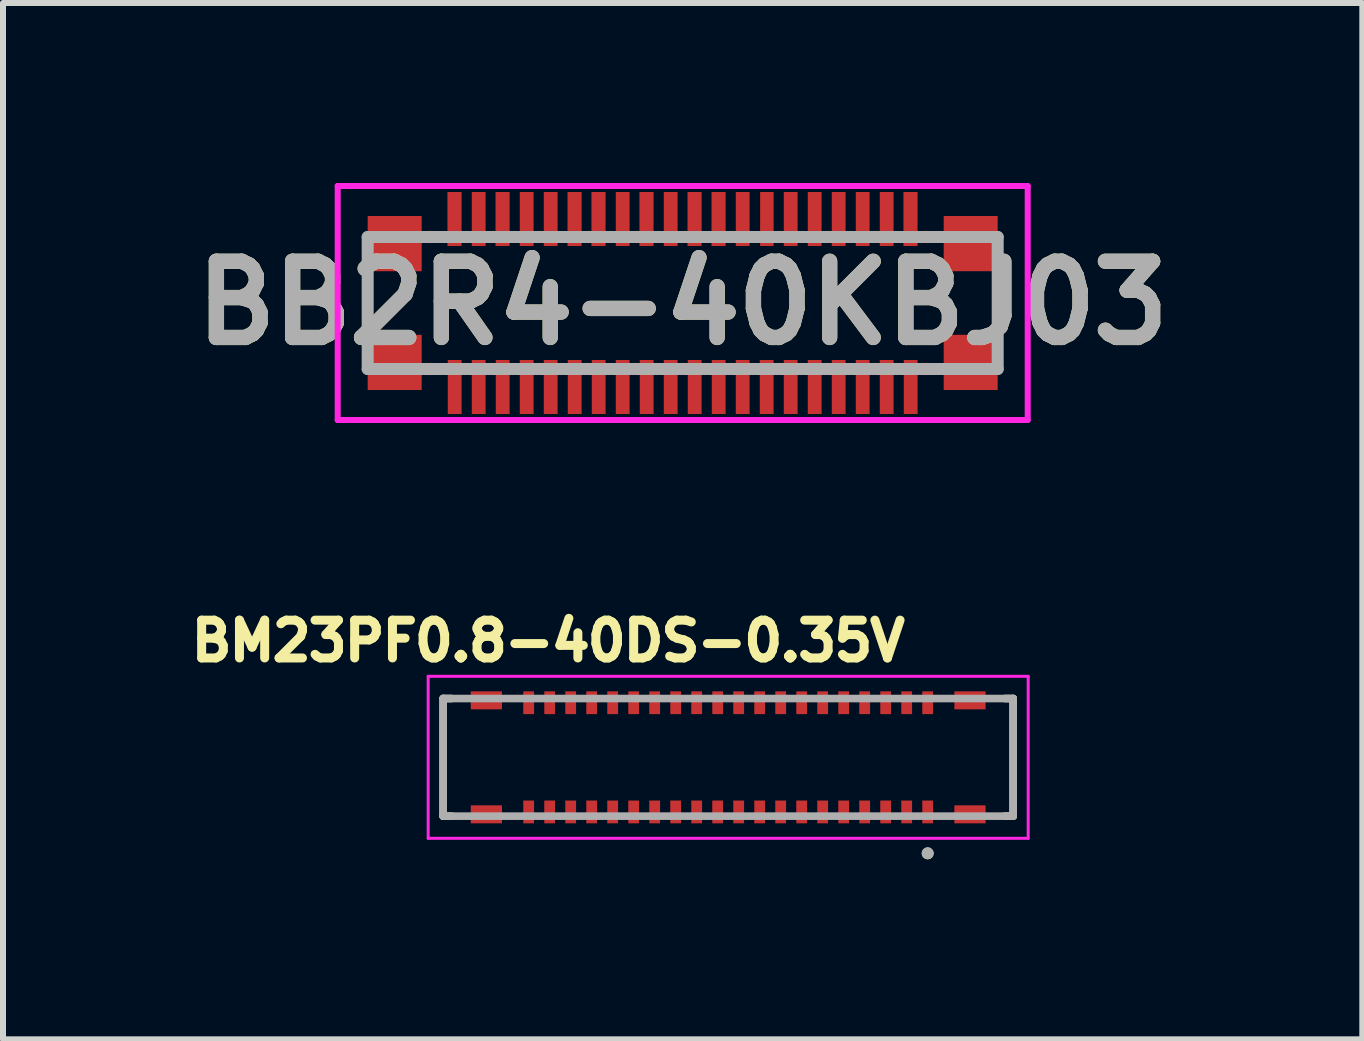
<source format=kicad_pcb>
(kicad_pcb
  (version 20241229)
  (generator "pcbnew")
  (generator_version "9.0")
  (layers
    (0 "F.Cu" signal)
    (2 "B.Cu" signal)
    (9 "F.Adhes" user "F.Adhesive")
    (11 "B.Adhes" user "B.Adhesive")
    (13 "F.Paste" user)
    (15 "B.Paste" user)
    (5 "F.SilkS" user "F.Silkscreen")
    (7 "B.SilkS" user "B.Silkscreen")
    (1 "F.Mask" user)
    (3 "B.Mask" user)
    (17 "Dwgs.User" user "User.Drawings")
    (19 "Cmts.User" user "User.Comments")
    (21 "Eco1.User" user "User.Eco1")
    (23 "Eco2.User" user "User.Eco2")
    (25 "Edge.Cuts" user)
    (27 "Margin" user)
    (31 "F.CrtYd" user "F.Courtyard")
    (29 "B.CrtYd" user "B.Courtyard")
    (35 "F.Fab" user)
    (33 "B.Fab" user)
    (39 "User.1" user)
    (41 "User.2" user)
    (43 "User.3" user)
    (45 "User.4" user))
  (footprint "BM23PF0.8-40DS-0.35V"
    (layer "F.Cu")
    (at 9.086 9.572)
    (property "Reference" "BM23PF0.8-40DS-0.35V" (at -3 -1.94 0) (layer "F.SilkS") (effects (font (size 0.63 0.63) (thickness 0.15))))
    (attr smd)
    (fp_poly (pts (xy -3.465 -1.15) (xy -3.185 -1.15) (xy -3.185 -0.67) (xy -3.465 -0.67)) (stroke (width 0.01) (type solid)) (fill yes) (layer "F.Mask"))
    (fp_poly (pts (xy -3.465 0.67) (xy -3.185 0.67) (xy -3.185 1.15) (xy -3.465 1.15)) (stroke (width 0.01) (type solid)) (fill yes) (layer "F.Mask"))
    (fp_poly (pts (xy -3.115 -1.15) (xy -2.835 -1.15) (xy -2.835 -0.67) (xy -3.115 -0.67)) (stroke (width 0.01) (type solid)) (fill yes) (layer "F.Mask"))
    (fp_poly (pts (xy -3.115 0.67) (xy -2.835 0.67) (xy -2.835 1.15) (xy -3.115 1.15)) (stroke (width 0.01) (type solid)) (fill yes) (layer "F.Mask"))
    (fp_poly (pts (xy -2.765 -1.15) (xy -2.485 -1.15) (xy -2.485 -0.67) (xy -2.765 -0.67)) (stroke (width 0.01) (type solid)) (fill yes) (layer "F.Mask"))
    (fp_poly (pts (xy -2.765 0.67) (xy -2.485 0.67) (xy -2.485 1.15) (xy -2.765 1.15)) (stroke (width 0.01) (type solid)) (fill yes) (layer "F.Mask"))
    (fp_poly (pts (xy -2.415 -1.15) (xy -2.135 -1.15) (xy -2.135 -0.67) (xy -2.415 -0.67)) (stroke (width 0.01) (type solid)) (fill yes) (layer "F.Mask"))
    (fp_poly (pts (xy -2.415 0.67) (xy -2.135 0.67) (xy -2.135 1.15) (xy -2.415 1.15)) (stroke (width 0.01) (type solid)) (fill yes) (layer "F.Mask"))
    (fp_poly (pts (xy -2.065 -1.15) (xy -1.785 -1.15) (xy -1.785 -0.67) (xy -2.065 -0.67)) (stroke (width 0.01) (type solid)) (fill yes) (layer "F.Mask"))
    (fp_poly (pts (xy -2.065 0.67) (xy -1.785 0.67) (xy -1.785 1.15) (xy -2.065 1.15)) (stroke (width 0.01) (type solid)) (fill yes) (layer "F.Mask"))
    (fp_poly (pts (xy -1.715 -1.15) (xy -1.435 -1.15) (xy -1.435 -0.67) (xy -1.715 -0.67)) (stroke (width 0.01) (type solid)) (fill yes) (layer "F.Mask"))
    (fp_poly (pts (xy -1.715 0.67) (xy -1.435 0.67) (xy -1.435 1.15) (xy -1.715 1.15)) (stroke (width 0.01) (type solid)) (fill yes) (layer "F.Mask"))
    (fp_poly (pts (xy -1.365 -1.15) (xy -1.085 -1.15) (xy -1.085 -0.67) (xy -1.365 -0.67)) (stroke (width 0.01) (type solid)) (fill yes) (layer "F.Mask"))
    (fp_poly (pts (xy -1.365 0.67) (xy -1.085 0.67) (xy -1.085 1.15) (xy -1.365 1.15)) (stroke (width 0.01) (type solid)) (fill yes) (layer "F.Mask"))
    (fp_poly (pts (xy -1.015 -1.15) (xy -0.735 -1.15) (xy -0.735 -0.67) (xy -1.015 -0.67)) (stroke (width 0.01) (type solid)) (fill yes) (layer "F.Mask"))
    (fp_poly (pts (xy -1.015 0.67) (xy -0.735 0.67) (xy -0.735 1.15) (xy -1.015 1.15)) (stroke (width 0.01) (type solid)) (fill yes) (layer "F.Mask"))
    (fp_poly (pts (xy -0.665 -1.15) (xy -0.385 -1.15) (xy -0.385 -0.67) (xy -0.665 -0.67)) (stroke (width 0.01) (type solid)) (fill yes) (layer "F.Mask"))
    (fp_poly (pts (xy -0.665 0.67) (xy -0.385 0.67) (xy -0.385 1.15) (xy -0.665 1.15)) (stroke (width 0.01) (type solid)) (fill yes) (layer "F.Mask"))
    (fp_poly (pts (xy -0.315 -1.15) (xy -0.035 -1.15) (xy -0.035 -0.67) (xy -0.315 -0.67)) (stroke (width 0.01) (type solid)) (fill yes) (layer "F.Mask"))
    (fp_poly (pts (xy -0.315 0.67) (xy -0.035 0.67) (xy -0.035 1.15) (xy -0.315 1.15)) (stroke (width 0.01) (type solid)) (fill yes) (layer "F.Mask"))
    (fp_poly (pts (xy 0.035 -1.15) (xy 0.315 -1.15) (xy 0.315 -0.67) (xy 0.035 -0.67)) (stroke (width 0.01) (type solid)) (fill yes) (layer "F.Mask"))
    (fp_poly (pts (xy 0.035 0.67) (xy 0.315 0.67) (xy 0.315 1.15) (xy 0.035 1.15)) (stroke (width 0.01) (type solid)) (fill yes) (layer "F.Mask"))
    (fp_poly (pts (xy 0.385 -1.15) (xy 0.665 -1.15) (xy 0.665 -0.67) (xy 0.385 -0.67)) (stroke (width 0.01) (type solid)) (fill yes) (layer "F.Mask"))
    (fp_poly (pts (xy 0.385 0.67) (xy 0.665 0.67) (xy 0.665 1.15) (xy 0.385 1.15)) (stroke (width 0.01) (type solid)) (fill yes) (layer "F.Mask"))
    (fp_poly (pts (xy 0.735 -1.15) (xy 1.015 -1.15) (xy 1.015 -0.67) (xy 0.735 -0.67)) (stroke (width 0.01) (type solid)) (fill yes) (layer "F.Mask"))
    (fp_poly (pts (xy 0.735 0.67) (xy 1.015 0.67) (xy 1.015 1.15) (xy 0.735 1.15)) (stroke (width 0.01) (type solid)) (fill yes) (layer "F.Mask"))
    (fp_poly (pts (xy 1.085 -1.15) (xy 1.365 -1.15) (xy 1.365 -0.67) (xy 1.085 -0.67)) (stroke (width 0.01) (type solid)) (fill yes) (layer "F.Mask"))
    (fp_poly (pts (xy 1.085 0.67) (xy 1.365 0.67) (xy 1.365 1.15) (xy 1.085 1.15)) (stroke (width 0.01) (type solid)) (fill yes) (layer "F.Mask"))
    (fp_poly (pts (xy 1.435 -1.15) (xy 1.715 -1.15) (xy 1.715 -0.67) (xy 1.435 -0.67)) (stroke (width 0.01) (type solid)) (fill yes) (layer "F.Mask"))
    (fp_poly (pts (xy 1.435 0.67) (xy 1.715 0.67) (xy 1.715 1.15) (xy 1.435 1.15)) (stroke (width 0.01) (type solid)) (fill yes) (layer "F.Mask"))
    (fp_poly (pts (xy 1.785 -1.15) (xy 2.065 -1.15) (xy 2.065 -0.67) (xy 1.785 -0.67)) (stroke (width 0.01) (type solid)) (fill yes) (layer "F.Mask"))
    (fp_poly (pts (xy 1.785 0.67) (xy 2.065 0.67) (xy 2.065 1.15) (xy 1.785 1.15)) (stroke (width 0.01) (type solid)) (fill yes) (layer "F.Mask"))
    (fp_poly (pts (xy 2.135 -1.15) (xy 2.415 -1.15) (xy 2.415 -0.67) (xy 2.135 -0.67)) (stroke (width 0.01) (type solid)) (fill yes) (layer "F.Mask"))
    (fp_poly (pts (xy 2.135 0.67) (xy 2.415 0.67) (xy 2.415 1.15) (xy 2.135 1.15)) (stroke (width 0.01) (type solid)) (fill yes) (layer "F.Mask"))
    (fp_poly (pts (xy 2.485 -1.15) (xy 2.765 -1.15) (xy 2.765 -0.67) (xy 2.485 -0.67)) (stroke (width 0.01) (type solid)) (fill yes) (layer "F.Mask"))
    (fp_poly (pts (xy 2.485 0.67) (xy 2.765 0.67) (xy 2.765 1.15) (xy 2.485 1.15)) (stroke (width 0.01) (type solid)) (fill yes) (layer "F.Mask"))
    (fp_poly (pts (xy 2.835 -1.15) (xy 3.115 -1.15) (xy 3.115 -0.67) (xy 2.835 -0.67)) (stroke (width 0.01) (type solid)) (fill yes) (layer "F.Mask"))
    (fp_poly (pts (xy 2.835 0.67) (xy 3.115 0.67) (xy 3.115 1.15) (xy 2.835 1.15)) (stroke (width 0.01) (type solid)) (fill yes) (layer "F.Mask"))
    (fp_poly (pts (xy 3.185 -1.15) (xy 3.465 -1.15) (xy 3.465 -0.67) (xy 3.185 -0.67)) (stroke (width 0.01) (type solid)) (fill yes) (layer "F.Mask"))
    (fp_poly (pts (xy 3.185 0.67) (xy 3.465 0.67) (xy 3.465 1.15) (xy 3.185 1.15)) (stroke (width 0.01) (type solid)) (fill yes) (layer "F.Mask"))
    (fp_line (start -4.75 0.98) (end -4.75 -0.98) (stroke (width 0.127) (type solid)) (layer "F.SilkS"))
    (fp_line (start -4.75 0.98) (end -4.61 0.98) (stroke (width 0.127) (type solid)) (layer "F.SilkS"))
    (fp_line (start -4.61 -0.98) (end -4.75 -0.98) (stroke (width 0.127) (type solid)) (layer "F.SilkS"))
    (fp_line (start 4.75 -0.98) (end 4.61 -0.98) (stroke (width 0.127) (type solid)) (layer "F.SilkS"))
    (fp_line (start 4.75 -0.98) (end 4.75 0.98) (stroke (width 0.127) (type solid)) (layer "F.SilkS"))
    (fp_line (start 4.75 0.98) (end 4.61 0.98) (stroke (width 0.127) (type solid)) (layer "F.SilkS"))
    (fp_circle (center 3.325 1.6) (end 3.375 1.6) (stroke (width 0.1) (type solid)) (fill no) (layer "F.SilkS"))
    (fp_line (start -5 -1.35) (end 5 -1.35) (stroke (width 0.05) (type solid)) (layer "F.CrtYd"))
    (fp_line (start -5 1.35) (end -5 -1.35) (stroke (width 0.05) (type solid)) (layer "F.CrtYd"))
    (fp_line (start 5 -1.35) (end 5 1.35) (stroke (width 0.05) (type solid)) (layer "F.CrtYd"))
    (fp_line (start 5 1.35) (end -5 1.35) (stroke (width 0.05) (type solid)) (layer "F.CrtYd"))
    (fp_line (start -4.75 -0.98) (end 4.75 -0.98) (stroke (width 0.127) (type solid)) (layer "F.Fab"))
    (fp_line (start -4.75 0.98) (end -4.75 -0.98) (stroke (width 0.127) (type solid)) (layer "F.Fab"))
    (fp_line (start 4.75 -0.98) (end 4.75 0.98) (stroke (width 0.127) (type solid)) (layer "F.Fab"))
    (fp_line (start 4.75 0.98) (end -4.75 0.98) (stroke (width 0.127) (type solid)) (layer "F.Fab"))
    (fp_circle (center 3.325 1.6) (end 3.375 1.6) (stroke (width 0.1) (type solid)) (fill no) (layer "F.Fab"))
    (pad "1" smd rect (at 3.325 0.91) (size 0.18 0.38) (layers "F.Cu" "F.Paste"))
    (pad "2" smd rect (at 3.325 -0.91) (size 0.18 0.38) (layers "F.Cu" "F.Paste"))
    (pad "3" smd rect (at 2.975 0.91) (size 0.18 0.38) (layers "F.Cu" "F.Paste"))
    (pad "4" smd rect (at 2.975 -0.91) (size 0.18 0.38) (layers "F.Cu" "F.Paste"))
    (pad "5" smd rect (at 2.625 0.91) (size 0.18 0.38) (layers "F.Cu" "F.Paste"))
    (pad "6" smd rect (at 2.625 -0.91) (size 0.18 0.38) (layers "F.Cu" "F.Paste"))
    (pad "7" smd rect (at 2.275 0.91) (size 0.18 0.38) (layers "F.Cu" "F.Paste"))
    (pad "8" smd rect (at 2.275 -0.91) (size 0.18 0.38) (layers "F.Cu" "F.Paste"))
    (pad "9" smd rect (at 1.925 0.91) (size 0.18 0.38) (layers "F.Cu" "F.Paste"))
    (pad "10" smd rect (at 1.925 -0.91) (size 0.18 0.38) (layers "F.Cu" "F.Paste"))
    (pad "11" smd rect (at 1.575 0.91) (size 0.18 0.38) (layers "F.Cu" "F.Paste"))
    (pad "12" smd rect (at 1.575 -0.91) (size 0.18 0.38) (layers "F.Cu" "F.Paste"))
    (pad "13" smd rect (at 1.225 0.91) (size 0.18 0.38) (layers "F.Cu" "F.Paste"))
    (pad "14" smd rect (at 1.225 -0.91) (size 0.18 0.38) (layers "F.Cu" "F.Paste"))
    (pad "15" smd rect (at 0.875 0.91) (size 0.18 0.38) (layers "F.Cu" "F.Paste"))
    (pad "16" smd rect (at 0.875 -0.91) (size 0.18 0.38) (layers "F.Cu" "F.Paste"))
    (pad "17" smd rect (at 0.525 0.91) (size 0.18 0.38) (layers "F.Cu" "F.Paste"))
    (pad "18" smd rect (at 0.525 -0.91) (size 0.18 0.38) (layers "F.Cu" "F.Paste"))
    (pad "19" smd rect (at 0.175 0.91) (size 0.18 0.38) (layers "F.Cu" "F.Paste"))
    (pad "20" smd rect (at 0.175 -0.91) (size 0.18 0.38) (layers "F.Cu" "F.Paste"))
    (pad "21" smd rect (at -0.175 0.91) (size 0.18 0.38) (layers "F.Cu" "F.Paste"))
    (pad "22" smd rect (at -0.175 -0.91) (size 0.18 0.38) (layers "F.Cu" "F.Paste"))
    (pad "23" smd rect (at -0.525 0.91) (size 0.18 0.38) (layers "F.Cu" "F.Paste"))
    (pad "24" smd rect (at -0.525 -0.91) (size 0.18 0.38) (layers "F.Cu" "F.Paste"))
    (pad "25" smd rect (at -0.875 0.91) (size 0.18 0.38) (layers "F.Cu" "F.Paste"))
    (pad "26" smd rect (at -0.875 -0.91) (size 0.18 0.38) (layers "F.Cu" "F.Paste"))
    (pad "27" smd rect (at -1.225 0.91) (size 0.18 0.38) (layers "F.Cu" "F.Paste"))
    (pad "28" smd rect (at -1.225 -0.91) (size 0.18 0.38) (layers "F.Cu" "F.Paste"))
    (pad "29" smd rect (at -1.575 0.91) (size 0.18 0.38) (layers "F.Cu" "F.Paste"))
    (pad "30" smd rect (at -1.575 -0.91) (size 0.18 0.38) (layers "F.Cu" "F.Paste"))
    (pad "31" smd rect (at -1.925 0.91) (size 0.18 0.38) (layers "F.Cu" "F.Paste"))
    (pad "32" smd rect (at -1.925 -0.91) (size 0.18 0.38) (layers "F.Cu" "F.Paste"))
    (pad "33" smd rect (at -2.275 0.91) (size 0.18 0.38) (layers "F.Cu" "F.Paste"))
    (pad "34" smd rect (at -2.275 -0.91) (size 0.18 0.38) (layers "F.Cu" "F.Paste"))
    (pad "35" smd rect (at -2.625 0.91) (size 0.18 0.38) (layers "F.Cu" "F.Paste"))
    (pad "36" smd rect (at -2.625 -0.91) (size 0.18 0.38) (layers "F.Cu" "F.Paste"))
    (pad "37" smd rect (at -2.975 0.91) (size 0.18 0.38) (layers "F.Cu" "F.Paste"))
    (pad "38" smd rect (at -2.975 -0.91) (size 0.18 0.38) (layers "F.Cu" "F.Paste"))
    (pad "39" smd rect (at -3.325 0.91) (size 0.18 0.38) (layers "F.Cu" "F.Paste"))
    (pad "40" smd rect (at -3.325 -0.91) (size 0.18 0.38) (layers "F.Cu" "F.Paste"))
    (pad "41" smd rect (at 4.03 0.95) (size 0.52 0.3) (layers "F.Cu" "F.Mask" "F.Paste"))
    (pad "42" smd rect (at 4.03 -0.95) (size 0.52 0.3) (layers "F.Cu" "F.Mask" "F.Paste"))
    (pad "43" smd rect (at -4.03 0.95) (size 0.52 0.3) (layers "F.Cu" "F.Mask" "F.Paste"))
    (pad "44" smd rect (at -4.03 -0.95) (size 0.52 0.3) (layers "F.Cu" "F.Mask" "F.Paste")))
  (footprint "BB2R4-40KBJ03"
    (layer "F.Cu")
    (at 8.328 2)
    (property "Reference" "BB2R4-40KBJ03" (at 0 0 0) (layer "F.SilkS") (effects (font (size 1.27 1.27) (thickness 0.254))))
    (attr smd)
    (fp_line (start -5.25 -0.4) (end -5.25 0.4) (stroke (width 0.1) (type solid)) (layer "F.SilkS"))
    (fp_line (start 5.25 -0.4) (end 5.25 0.4) (stroke (width 0.1) (type solid)) (layer "F.SilkS"))
    (fp_line (start -5.75 -1.95) (end 5.75 -1.95) (stroke (width 0.1) (type solid)) (layer "F.CrtYd"))
    (fp_line (start -5.75 1.95) (end -5.75 -1.95) (stroke (width 0.1) (type solid)) (layer "F.CrtYd"))
    (fp_line (start 5.75 -1.95) (end 5.75 1.95) (stroke (width 0.1) (type solid)) (layer "F.CrtYd"))
    (fp_line (start 5.75 1.95) (end -5.75 1.95) (stroke (width 0.1) (type solid)) (layer "F.CrtYd"))
    (fp_line (start -5.25 -1.1) (end 5.25 -1.1) (stroke (width 0.2) (type solid)) (layer "F.Fab"))
    (fp_line (start -5.25 1.1) (end -5.25 -1.1) (stroke (width 0.2) (type solid)) (layer "F.Fab"))
    (fp_line (start 5.25 -1.1) (end 5.25 1.1) (stroke (width 0.2) (type solid)) (layer "F.Fab"))
    (fp_line (start 5.25 1.1) (end -5.25 1.1) (stroke (width 0.2) (type solid)) (layer "F.Fab"))
    (fp_text user "${REFERENCE}" (at 0 0 0) (layer "F.Fab") (effects (font (size 1.27 1.27) (thickness 0.254))))
    (pad "1" smd rect (at -3.8 1.4) (size 0.23 0.9) (layers "F.Cu" "F.Mask" "F.Paste"))
    (pad "2" smd rect (at -3.4 1.4) (size 0.23 0.9) (layers "F.Cu" "F.Mask" "F.Paste"))
    (pad "3" smd rect (at -3 1.4) (size 0.23 0.9) (layers "F.Cu" "F.Mask" "F.Paste"))
    (pad "4" smd rect (at -2.6 1.4) (size 0.23 0.9) (layers "F.Cu" "F.Mask" "F.Paste"))
    (pad "5" smd rect (at -2.2 1.4) (size 0.23 0.9) (layers "F.Cu" "F.Mask" "F.Paste"))
    (pad "6" smd rect (at -1.8 1.4) (size 0.23 0.9) (layers "F.Cu" "F.Mask" "F.Paste"))
    (pad "7" smd rect (at -1.4 1.4) (size 0.23 0.9) (layers "F.Cu" "F.Mask" "F.Paste"))
    (pad "8" smd rect (at -1 1.4) (size 0.23 0.9) (layers "F.Cu" "F.Mask" "F.Paste"))
    (pad "9" smd rect (at -0.6 1.4) (size 0.23 0.9) (layers "F.Cu" "F.Mask" "F.Paste"))
    (pad "10" smd rect (at -0.2 1.4) (size 0.23 0.9) (layers "F.Cu" "F.Mask" "F.Paste"))
    (pad "11" smd rect (at 0.2 1.4) (size 0.23 0.9) (layers "F.Cu" "F.Mask" "F.Paste"))
    (pad "12" smd rect (at 0.6 1.4) (size 0.23 0.9) (layers "F.Cu" "F.Mask" "F.Paste"))
    (pad "13" smd rect (at 1 1.4) (size 0.23 0.9) (layers "F.Cu" "F.Mask" "F.Paste"))
    (pad "14" smd rect (at 1.4 1.4) (size 0.23 0.9) (layers "F.Cu" "F.Mask" "F.Paste"))
    (pad "15" smd rect (at 1.8 1.4) (size 0.23 0.9) (layers "F.Cu" "F.Mask" "F.Paste"))
    (pad "16" smd rect (at 2.2 1.4) (size 0.23 0.9) (layers "F.Cu" "F.Mask" "F.Paste"))
    (pad "17" smd rect (at 2.6 1.4) (size 0.23 0.9) (layers "F.Cu" "F.Mask" "F.Paste"))
    (pad "18" smd rect (at 3 1.4) (size 0.23 0.9) (layers "F.Cu" "F.Mask" "F.Paste"))
    (pad "19" smd rect (at 3.4 1.4) (size 0.23 0.9) (layers "F.Cu" "F.Mask" "F.Paste"))
    (pad "20" smd rect (at 3.8 1.4) (size 0.23 0.9) (layers "F.Cu" "F.Mask" "F.Paste"))
    (pad "21" smd rect (at 3.797 -1.4) (size 0.235 0.9) (layers "F.Cu" "F.Mask" "F.Paste"))
    (pad "22" smd rect (at 3.4 -1.4) (size 0.23 0.9) (layers "F.Cu" "F.Mask" "F.Paste"))
    (pad "23" smd rect (at 3 -1.4) (size 0.23 0.9) (layers "F.Cu" "F.Mask" "F.Paste"))
    (pad "24" smd rect (at 2.6 -1.4) (size 0.23 0.9) (layers "F.Cu" "F.Mask" "F.Paste"))
    (pad "25" smd rect (at 2.2 -1.4) (size 0.23 0.9) (layers "F.Cu" "F.Mask" "F.Paste"))
    (pad "26" smd rect (at 1.8 -1.4) (size 0.23 0.9) (layers "F.Cu" "F.Mask" "F.Paste"))
    (pad "27" smd rect (at 1.403 -1.4) (size 0.225 0.9) (layers "F.Cu" "F.Mask" "F.Paste"))
    (pad "28" smd rect (at 1 -1.4) (size 0.23 0.9) (layers "F.Cu" "F.Mask" "F.Paste"))
    (pad "29" smd rect (at 0.598 -1.4) (size 0.235 0.9) (layers "F.Cu" "F.Mask" "F.Paste"))
    (pad "30" smd rect (at 0.198 -1.4) (size 0.235 0.9) (layers "F.Cu" "F.Mask" "F.Paste"))
    (pad "31" smd rect (at -0.2 -1.4) (size 0.23 0.9) (layers "F.Cu" "F.Mask" "F.Paste"))
    (pad "32" smd rect (at -0.603 -1.4) (size 0.235 0.9) (layers "F.Cu" "F.Mask" "F.Paste"))
    (pad "33" smd rect (at -1 -1.4) (size 0.23 0.9) (layers "F.Cu" "F.Mask" "F.Paste"))
    (pad "34" smd rect (at -1.403 -1.4) (size 0.235 0.9) (layers "F.Cu" "F.Mask" "F.Paste"))
    (pad "35" smd rect (at -1.802 -1.4) (size 0.235 0.9) (layers "F.Cu" "F.Mask" "F.Paste"))
    (pad "36" smd rect (at -2.2 -1.4) (size 0.23 0.9) (layers "F.Cu" "F.Mask" "F.Paste"))
    (pad "37" smd rect (at -2.6 -1.4) (size 0.23 0.9) (layers "F.Cu" "F.Mask" "F.Paste"))
    (pad "38" smd rect (at -3.002 -1.4) (size 0.235 0.9) (layers "F.Cu" "F.Mask" "F.Paste"))
    (pad "39" smd rect (at -3.4 -1.4) (size 0.23 0.9) (layers "F.Cu" "F.Mask" "F.Paste"))
    (pad "40" smd rect (at -3.803 -1.4) (size 0.235 0.9) (layers "F.Cu" "F.Mask" "F.Paste"))
    (pad "41" smd rect (at -4.8 -0.99) (size 0.9 0.92) (layers "F.Cu" "F.Mask" "F.Paste"))
    (pad "42" smd rect (at -4.8 0.99) (size 0.9 0.92) (layers "F.Cu" "F.Mask" "F.Paste"))
    (pad "43" smd rect (at 4.8 0.99) (size 0.9 0.92) (layers "F.Cu" "F.Mask" "F.Paste"))
    (pad "44" smd rect (at 4.8 -0.99) (size 0.9 0.92) (layers "F.Cu" "F.Mask" "F.Paste")))
  (gr_rect
    (start -3 -3)
    (end 19.655 14.272)
    (stroke (width 0.1) (type default))
    (fill no)
    (layer "Edge.Cuts")))
</source>
